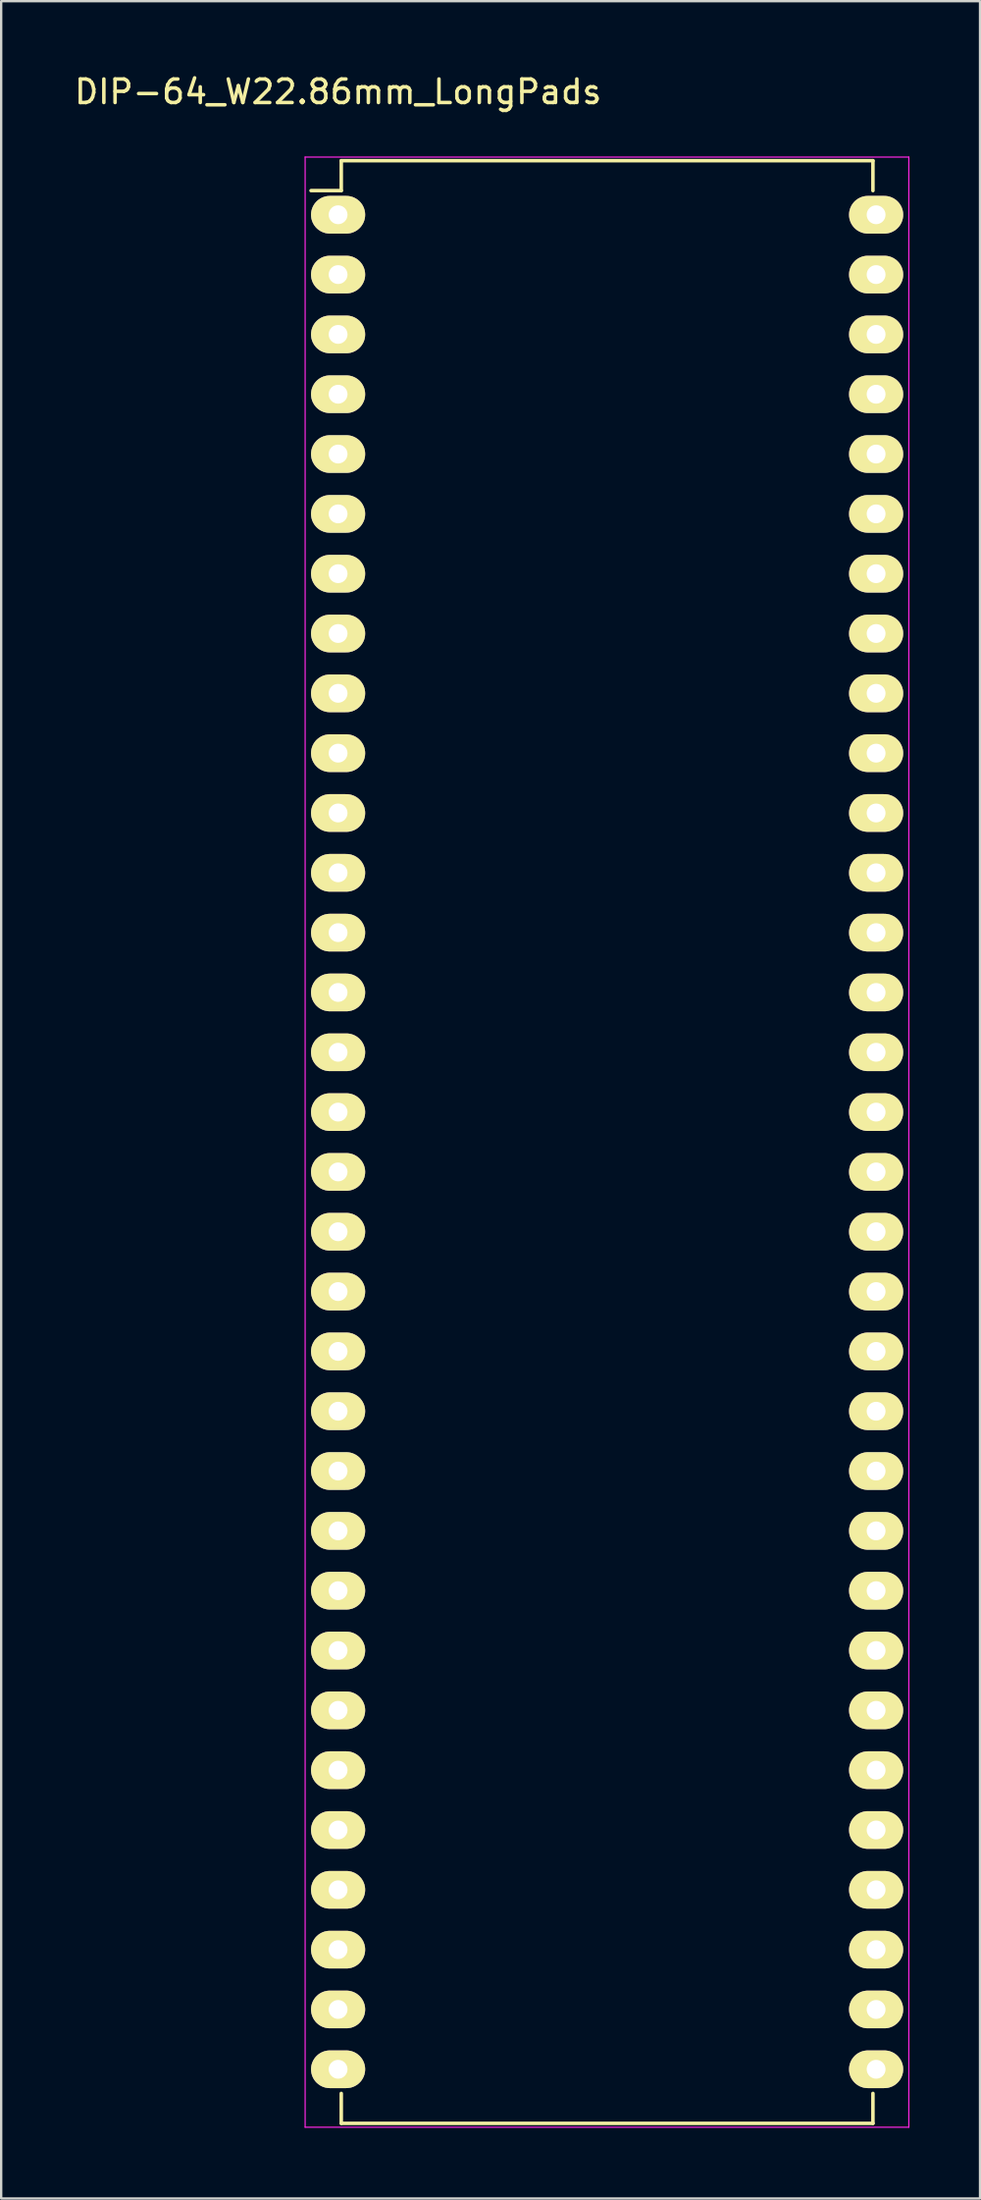
<source format=kicad_pcb>
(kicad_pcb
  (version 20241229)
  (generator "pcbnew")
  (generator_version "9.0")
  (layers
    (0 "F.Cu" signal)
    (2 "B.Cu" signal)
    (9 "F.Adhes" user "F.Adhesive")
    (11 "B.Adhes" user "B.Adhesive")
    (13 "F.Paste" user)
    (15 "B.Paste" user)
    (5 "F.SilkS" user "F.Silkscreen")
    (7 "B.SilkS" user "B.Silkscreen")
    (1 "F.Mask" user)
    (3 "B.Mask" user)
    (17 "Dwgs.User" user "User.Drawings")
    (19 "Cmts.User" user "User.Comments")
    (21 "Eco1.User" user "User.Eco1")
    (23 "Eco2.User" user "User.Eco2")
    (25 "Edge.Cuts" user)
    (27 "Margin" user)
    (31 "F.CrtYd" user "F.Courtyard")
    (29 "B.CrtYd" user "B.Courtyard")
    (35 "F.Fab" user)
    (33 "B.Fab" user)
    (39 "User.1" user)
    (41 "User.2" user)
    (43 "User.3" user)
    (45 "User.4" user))
  (footprint "DIP-64_W22.86mm_LongPads"
    (layer "F.Cu")
    (at 11.315 6.068)
    (property "Reference" "DIP-64_W22.86mm_LongPads" (at 0 -5.22 0) (layer "F.SilkS") (effects (font (size 1 1) (thickness 0.15))))
    (attr through_hole)
    (fp_line (start 0.135 -2.295) (end 0.135 -1.025) (stroke (width 0.15) (type solid)) (layer "F.SilkS"))
    (fp_line (start 0.135 -2.295) (end 22.725 -2.295) (stroke (width 0.15) (type solid)) (layer "F.SilkS"))
    (fp_line (start 0.135 -1.025) (end -1.15 -1.025) (stroke (width 0.15) (type solid)) (layer "F.SilkS"))
    (fp_line (start 0.135 81.035) (end 0.135 79.765) (stroke (width 0.15) (type solid)) (layer "F.SilkS"))
    (fp_line (start 0.135 81.035) (end 22.725 81.035) (stroke (width 0.15) (type solid)) (layer "F.SilkS"))
    (fp_line (start 22.725 -2.295) (end 22.725 -1.025) (stroke (width 0.15) (type solid)) (layer "F.SilkS"))
    (fp_line (start 22.725 81.035) (end 22.725 79.765) (stroke (width 0.15) (type solid)) (layer "F.SilkS"))
    (fp_line (start -1.4 -2.45) (end -1.4 81.2) (stroke (width 0.05) (type solid)) (layer "F.CrtYd"))
    (fp_line (start -1.4 -2.45) (end 24.25 -2.45) (stroke (width 0.05) (type solid)) (layer "F.CrtYd"))
    (fp_line (start -1.4 81.2) (end 24.25 81.2) (stroke (width 0.05) (type solid)) (layer "F.CrtYd"))
    (fp_line (start 24.25 -2.45) (end 24.25 81.2) (stroke (width 0.05) (type solid)) (layer "F.CrtYd"))
    (pad "1" thru_hole oval (at 0 0) (size 2.3 1.6) (drill 0.8) (layers "*.Cu" "*.Mask" "F.SilkS"))
    (pad "2" thru_hole oval (at 0 2.54) (size 2.3 1.6) (drill 0.8) (layers "*.Cu" "*.Mask" "F.SilkS"))
    (pad "3" thru_hole oval (at 0 5.08) (size 2.3 1.6) (drill 0.8) (layers "*.Cu" "*.Mask" "F.SilkS"))
    (pad "4" thru_hole oval (at 0 7.62) (size 2.3 1.6) (drill 0.8) (layers "*.Cu" "*.Mask" "F.SilkS"))
    (pad "5" thru_hole oval (at 0 10.16) (size 2.3 1.6) (drill 0.8) (layers "*.Cu" "*.Mask" "F.SilkS"))
    (pad "6" thru_hole oval (at 0 12.7) (size 2.3 1.6) (drill 0.8) (layers "*.Cu" "*.Mask" "F.SilkS"))
    (pad "7" thru_hole oval (at 0 15.24) (size 2.3 1.6) (drill 0.8) (layers "*.Cu" "*.Mask" "F.SilkS"))
    (pad "8" thru_hole oval (at 0 17.78) (size 2.3 1.6) (drill 0.8) (layers "*.Cu" "*.Mask" "F.SilkS"))
    (pad "9" thru_hole oval (at 0 20.32) (size 2.3 1.6) (drill 0.8) (layers "*.Cu" "*.Mask" "F.SilkS"))
    (pad "10" thru_hole oval (at 0 22.86) (size 2.3 1.6) (drill 0.8) (layers "*.Cu" "*.Mask" "F.SilkS"))
    (pad "11" thru_hole oval (at 0 25.4) (size 2.3 1.6) (drill 0.8) (layers "*.Cu" "*.Mask" "F.SilkS"))
    (pad "12" thru_hole oval (at 0 27.94) (size 2.3 1.6) (drill 0.8) (layers "*.Cu" "*.Mask" "F.SilkS"))
    (pad "13" thru_hole oval (at 0 30.48) (size 2.3 1.6) (drill 0.8) (layers "*.Cu" "*.Mask" "F.SilkS"))
    (pad "14" thru_hole oval (at 0 33.02) (size 2.3 1.6) (drill 0.8) (layers "*.Cu" "*.Mask" "F.SilkS"))
    (pad "15" thru_hole oval (at 0 35.56) (size 2.3 1.6) (drill 0.8) (layers "*.Cu" "*.Mask" "F.SilkS"))
    (pad "16" thru_hole oval (at 0 38.1) (size 2.3 1.6) (drill 0.8) (layers "*.Cu" "*.Mask" "F.SilkS"))
    (pad "17" thru_hole oval (at 0 40.64) (size 2.3 1.6) (drill 0.8) (layers "*.Cu" "*.Mask" "F.SilkS"))
    (pad "18" thru_hole oval (at 0 43.18) (size 2.3 1.6) (drill 0.8) (layers "*.Cu" "*.Mask" "F.SilkS"))
    (pad "19" thru_hole oval (at 0 45.72) (size 2.3 1.6) (drill 0.8) (layers "*.Cu" "*.Mask" "F.SilkS"))
    (pad "20" thru_hole oval (at 0 48.26) (size 2.3 1.6) (drill 0.8) (layers "*.Cu" "*.Mask" "F.SilkS"))
    (pad "21" thru_hole oval (at 0 50.8) (size 2.3 1.6) (drill 0.8) (layers "*.Cu" "*.Mask" "F.SilkS"))
    (pad "22" thru_hole oval (at 0 53.34) (size 2.3 1.6) (drill 0.8) (layers "*.Cu" "*.Mask" "F.SilkS"))
    (pad "23" thru_hole oval (at 0 55.88) (size 2.3 1.6) (drill 0.8) (layers "*.Cu" "*.Mask" "F.SilkS"))
    (pad "24" thru_hole oval (at 0 58.42) (size 2.3 1.6) (drill 0.8) (layers "*.Cu" "*.Mask" "F.SilkS"))
    (pad "25" thru_hole oval (at 0 60.96) (size 2.3 1.6) (drill 0.8) (layers "*.Cu" "*.Mask" "F.SilkS"))
    (pad "26" thru_hole oval (at 0 63.5) (size 2.3 1.6) (drill 0.8) (layers "*.Cu" "*.Mask" "F.SilkS"))
    (pad "27" thru_hole oval (at 0 66.04) (size 2.3 1.6) (drill 0.8) (layers "*.Cu" "*.Mask" "F.SilkS"))
    (pad "28" thru_hole oval (at 0 68.58) (size 2.3 1.6) (drill 0.8) (layers "*.Cu" "*.Mask" "F.SilkS"))
    (pad "29" thru_hole oval (at 0 71.12) (size 2.3 1.6) (drill 0.8) (layers "*.Cu" "*.Mask" "F.SilkS"))
    (pad "30" thru_hole oval (at 0 73.66) (size 2.3 1.6) (drill 0.8) (layers "*.Cu" "*.Mask" "F.SilkS"))
    (pad "31" thru_hole oval (at 0 76.2) (size 2.3 1.6) (drill 0.8) (layers "*.Cu" "*.Mask" "F.SilkS"))
    (pad "32" thru_hole oval (at 0 78.74) (size 2.3 1.6) (drill 0.8) (layers "*.Cu" "*.Mask" "F.SilkS"))
    (pad "33" thru_hole oval (at 22.86 78.74) (size 2.3 1.6) (drill 0.8) (layers "*.Cu" "*.Mask" "F.SilkS"))
    (pad "34" thru_hole oval (at 22.86 76.2) (size 2.3 1.6) (drill 0.8) (layers "*.Cu" "*.Mask" "F.SilkS"))
    (pad "35" thru_hole oval (at 22.86 73.66) (size 2.3 1.6) (drill 0.8) (layers "*.Cu" "*.Mask" "F.SilkS"))
    (pad "36" thru_hole oval (at 22.86 71.12) (size 2.3 1.6) (drill 0.8) (layers "*.Cu" "*.Mask" "F.SilkS"))
    (pad "37" thru_hole oval (at 22.86 68.58) (size 2.3 1.6) (drill 0.8) (layers "*.Cu" "*.Mask" "F.SilkS"))
    (pad "38" thru_hole oval (at 22.86 66.04) (size 2.3 1.6) (drill 0.8) (layers "*.Cu" "*.Mask" "F.SilkS"))
    (pad "39" thru_hole oval (at 22.86 63.5) (size 2.3 1.6) (drill 0.8) (layers "*.Cu" "*.Mask" "F.SilkS"))
    (pad "40" thru_hole oval (at 22.86 60.96) (size 2.3 1.6) (drill 0.8) (layers "*.Cu" "*.Mask" "F.SilkS"))
    (pad "41" thru_hole oval (at 22.86 58.42) (size 2.3 1.6) (drill 0.8) (layers "*.Cu" "*.Mask" "F.SilkS"))
    (pad "42" thru_hole oval (at 22.86 55.88) (size 2.3 1.6) (drill 0.8) (layers "*.Cu" "*.Mask" "F.SilkS"))
    (pad "43" thru_hole oval (at 22.86 53.34) (size 2.3 1.6) (drill 0.8) (layers "*.Cu" "*.Mask" "F.SilkS"))
    (pad "44" thru_hole oval (at 22.86 50.8) (size 2.3 1.6) (drill 0.8) (layers "*.Cu" "*.Mask" "F.SilkS"))
    (pad "45" thru_hole oval (at 22.86 48.26) (size 2.3 1.6) (drill 0.8) (layers "*.Cu" "*.Mask" "F.SilkS"))
    (pad "46" thru_hole oval (at 22.86 45.72) (size 2.3 1.6) (drill 0.8) (layers "*.Cu" "*.Mask" "F.SilkS"))
    (pad "47" thru_hole oval (at 22.86 43.18) (size 2.3 1.6) (drill 0.8) (layers "*.Cu" "*.Mask" "F.SilkS"))
    (pad "48" thru_hole oval (at 22.86 40.64) (size 2.3 1.6) (drill 0.8) (layers "*.Cu" "*.Mask" "F.SilkS"))
    (pad "49" thru_hole oval (at 22.86 38.1) (size 2.3 1.6) (drill 0.8) (layers "*.Cu" "*.Mask" "F.SilkS"))
    (pad "50" thru_hole oval (at 22.86 35.56) (size 2.3 1.6) (drill 0.8) (layers "*.Cu" "*.Mask" "F.SilkS"))
    (pad "51" thru_hole oval (at 22.86 33.02) (size 2.3 1.6) (drill 0.8) (layers "*.Cu" "*.Mask" "F.SilkS"))
    (pad "52" thru_hole oval (at 22.86 30.48) (size 2.3 1.6) (drill 0.8) (layers "*.Cu" "*.Mask" "F.SilkS"))
    (pad "53" thru_hole oval (at 22.86 27.94) (size 2.3 1.6) (drill 0.8) (layers "*.Cu" "*.Mask" "F.SilkS"))
    (pad "54" thru_hole oval (at 22.86 25.4) (size 2.3 1.6) (drill 0.8) (layers "*.Cu" "*.Mask" "F.SilkS"))
    (pad "55" thru_hole oval (at 22.86 22.86) (size 2.3 1.6) (drill 0.8) (layers "*.Cu" "*.Mask" "F.SilkS"))
    (pad "56" thru_hole oval (at 22.86 20.32) (size 2.3 1.6) (drill 0.8) (layers "*.Cu" "*.Mask" "F.SilkS"))
    (pad "57" thru_hole oval (at 22.86 17.78) (size 2.3 1.6) (drill 0.8) (layers "*.Cu" "*.Mask" "F.SilkS"))
    (pad "58" thru_hole oval (at 22.86 15.24) (size 2.3 1.6) (drill 0.8) (layers "*.Cu" "*.Mask" "F.SilkS"))
    (pad "59" thru_hole oval (at 22.86 12.7) (size 2.3 1.6) (drill 0.8) (layers "*.Cu" "*.Mask" "F.SilkS"))
    (pad "60" thru_hole oval (at 22.86 10.16) (size 2.3 1.6) (drill 0.8) (layers "*.Cu" "*.Mask" "F.SilkS"))
    (pad "61" thru_hole oval (at 22.86 7.62) (size 2.3 1.6) (drill 0.8) (layers "*.Cu" "*.Mask" "F.SilkS"))
    (pad "62" thru_hole oval (at 22.86 5.08) (size 2.3 1.6) (drill 0.8) (layers "*.Cu" "*.Mask" "F.SilkS"))
    (pad "63" thru_hole oval (at 22.86 2.54) (size 2.3 1.6) (drill 0.8) (layers "*.Cu" "*.Mask" "F.SilkS"))
    (pad "64" thru_hole oval (at 22.86 0) (size 2.3 1.6) (drill 0.8) (layers "*.Cu" "*.Mask" "F.SilkS")))
  (gr_rect
    (start -3 -3)
    (end 38.59 90.293)
    (stroke (width 0.1) (type default))
    (fill no)
    (layer "Edge.Cuts")))
</source>
